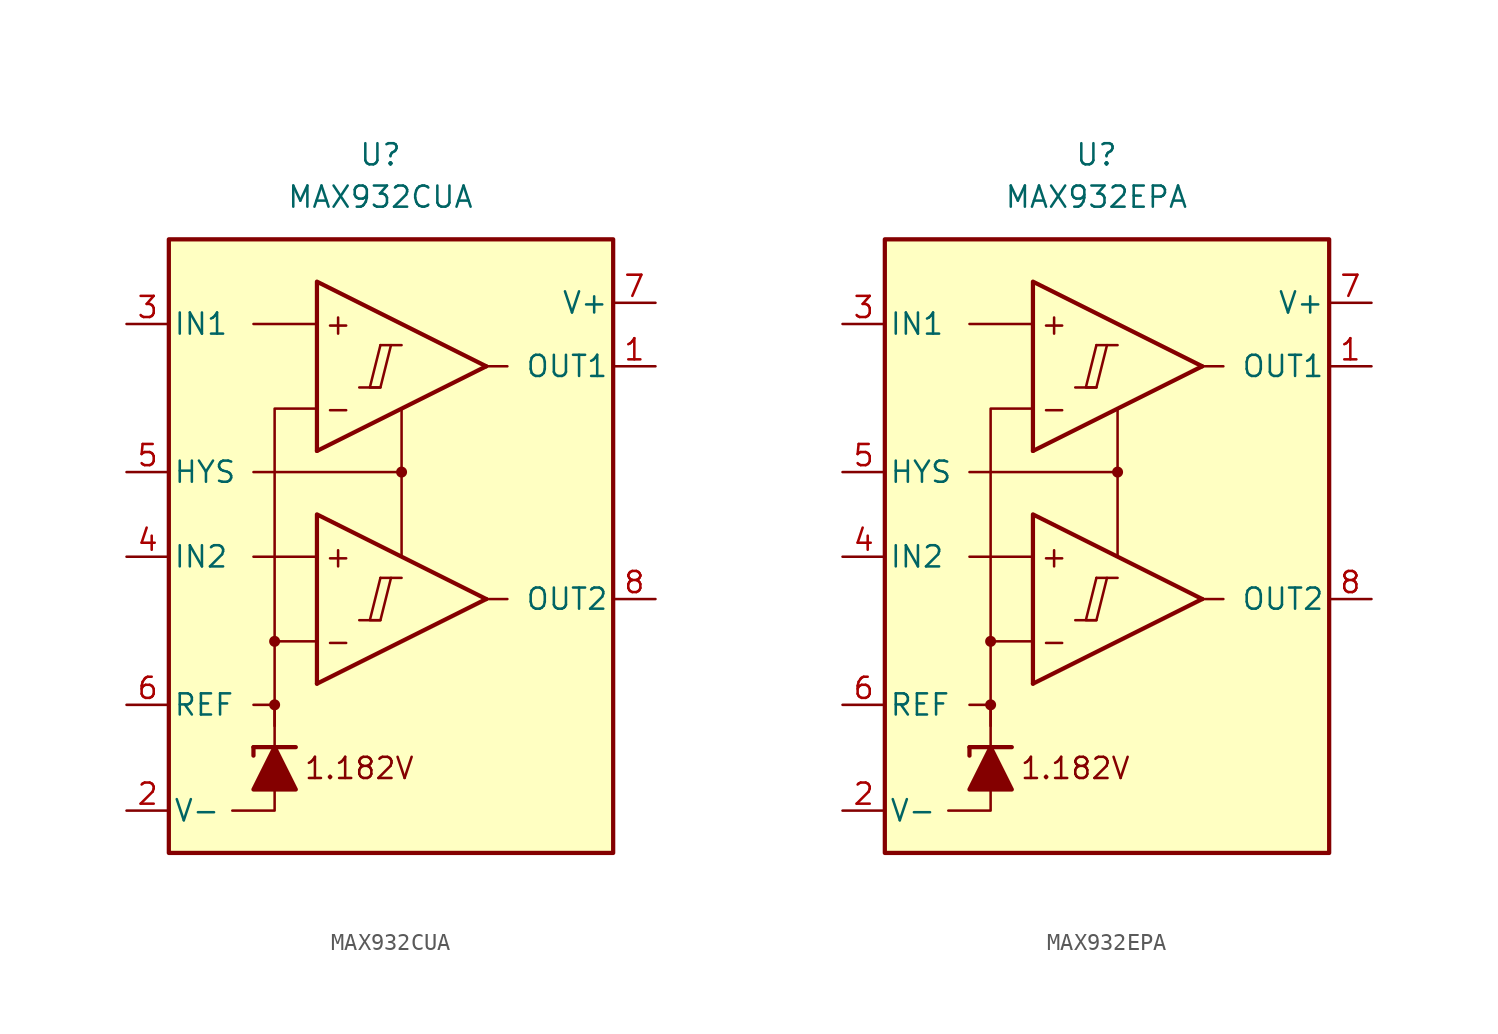
<source format=kicad_sym>
(kicad_symbol_lib
  (version 20211014)
  (generator kicad_symbol_editor)
  (symbol "MAX932CUA"
    (pin_names
      (offset 0.254))
    (property "Reference" "U"
      (at -1.27 22.86 0)
      (effects (font (size 1.27 1.27))))
    (property "Value" "MAX932CUA"
      (at -1.27 20.32 0)
      (effects (font (size 1.27 1.27))))
    (symbol "MAX932CUA_0_0"
      (rectangle (start -13.97 17.78) (end 12.7 -19.05) (stroke (width 0.254) (type default) (color 0 0 0 0)) (fill (type background)))
      (circle (center -7.62 -10.16) (radius 0.254) (stroke (width 0.152) (type default) (color 0 0 0 0)) (fill (type outline)))
      (circle (center -7.62 -6.35) (radius 0.254) (stroke (width 0.152) (type default) (color 0 0 0 0)) (fill (type outline)))
      (polyline (pts (xy -2.54 -5.08) (xy -1.27 -5.08)) (stroke (width 0.152) (type default) (color 0 0 0 0)) (fill (type none)))
      (polyline (pts (xy -2.54 8.89) (xy -1.27 8.89)) (stroke (width 0.152) (type default) (color 0 0 0 0)) (fill (type none)))
      (polyline (pts (xy -1.27 -2.54) (xy 0 -2.54)) (stroke (width 0.152) (type default) (color 0 0 0 0)) (fill (type none)))
      (polyline (pts (xy -1.27 11.43) (xy 0 11.43)) (stroke (width 0.152) (type default) (color 0 0 0 0)) (fill (type none)))
      (polyline (pts (xy 5.08 -3.81) (xy -5.08 -8.89)) (stroke (width 0.254) (type default) (color 0 0 0 0)) (fill (type none)))
      (polyline (pts (xy 5.08 10.16) (xy -5.08 5.08)) (stroke (width 0.254) (type default) (color 0 0 0 0)) (fill (type none)))
      (polyline (pts (xy 5.08 -3.81) (xy -5.08 1.27) (xy -5.08 -8.89)) (stroke (width 0.254) (type default) (color 0 0 0 0)) (fill (type background)))
      (polyline (pts (xy 5.08 10.16) (xy -5.08 15.24) (xy -5.08 5.08)) (stroke (width 0.254) (type default) (color 0 0 0 0)) (fill (type background)))
      (polyline (pts (xy -1.27 -2.54) (xy -1.905 -5.08) (xy -1.27 -5.08) (xy -0.635 -2.54)) (stroke (width 0.152) (type default) (color 0 0 0 0)) (fill (type none)))
      (polyline (pts (xy -1.27 11.43) (xy -1.905 8.89) (xy -1.27 8.89) (xy -0.635 11.43)) (stroke (width 0.152) (type default) (color 0 0 0 0)) (fill (type none)))
      (circle (center 0 3.81) (radius 0.254) (stroke (width 0.152) (type default) (color 0 0 0 0)) (fill (type outline)))
      (text "+" (at -3.81 -1.27 0) (effects (font (size 1.27 1.27))))
      (text "+" (at -3.81 12.7 0) (effects (font (size 1.27 1.27))))
      (text "-" (at -3.81 -6.35 0) (effects (font (size 1.27 1.27))))
      (text "-" (at -3.81 7.62 0) (effects (font (size 1.27 1.27))))
      (text "1.182V" (at -2.54 -13.97 0) (effects (font (size 1.27 1.27)))))
    (symbol "MAX932CUA_0_1"
      (polyline (pts (xy -8.89 -12.7) (xy -8.89 -13.208)) (stroke (width 0.254) (type default) (color 0 0 0 0)) (fill (type none)))
      (polyline (pts (xy -8.89 -12.7) (xy -6.35 -12.7)) (stroke (width 0.254) (type default) (color 0 0 0 0)) (fill (type none)))
      (polyline (pts (xy -5.08 -1.27) (xy -8.89 -1.27)) (stroke (width 0) (type default) (color 0 0 0 0)) (fill (type none)))
      (polyline (pts (xy -5.08 12.7) (xy -8.89 12.7)) (stroke (width 0) (type default) (color 0 0 0 0)) (fill (type none)))
      (polyline (pts (xy 0 3.81) (xy 0 -1.27)) (stroke (width 0) (type default) (color 0 0 0 0)) (fill (type none)))
      (polyline (pts (xy 5.08 -3.81) (xy 6.35 -3.81)) (stroke (width 0) (type default) (color 0 0 0 0)) (fill (type none)))
      (polyline (pts (xy 5.08 10.16) (xy 6.35 10.16)) (stroke (width 0) (type default) (color 0 0 0 0)) (fill (type none)))
      (polyline (pts (xy -7.62 -15.24) (xy -7.62 -16.51) (xy -10.16 -16.51)) (stroke (width 0) (type default) (color 0 0 0 0)) (fill (type none)))
      (polyline (pts (xy -7.62 -12.7) (xy -7.62 -10.16) (xy -8.89 -10.16)) (stroke (width 0) (type default) (color 0 0 0 0)) (fill (type none)))
      (polyline (pts (xy -7.62 -11.43) (xy -7.62 -6.35) (xy -5.08 -6.35)) (stroke (width 0) (type default) (color 0 0 0 0)) (fill (type none)))
      (polyline (pts (xy -7.62 -6.35) (xy -7.62 7.62) (xy -5.08 7.62)) (stroke (width 0) (type default) (color 0 0 0 0)) (fill (type none)))
      (polyline (pts (xy 0 7.62) (xy 0 3.81) (xy -8.89 3.81)) (stroke (width 0) (type default) (color 0 0 0 0)) (fill (type none)))
      (polyline (pts (xy -6.35 -15.24) (xy -8.89 -15.24) (xy -7.62 -12.7) (xy -6.35 -15.24)) (stroke (width 0.254) (type default) (color 0 0 0 0)) (fill (type outline))))
    (symbol "MAX932CUA_1_1"
      (pin output line (at 15.24 10.16 180) (length 2.54) (name "OUT1" (effects (font (size 1.27 1.27)))) (number "1" (effects (font (size 1.27 1.27)))))
      (pin power_in line (at -16.51 -16.51 0) (length 2.54) (name "V-" (effects (font (size 1.27 1.27)))) (number "2" (effects (font (size 1.27 1.27)))))
      (pin input line (at -16.51 12.7 0) (length 2.54) (name "IN1" (effects (font (size 1.27 1.27)))) (number "3" (effects (font (size 1.27 1.27)))))
      (pin input line (at -16.51 -1.27 0) (length 2.54) (name "IN2" (effects (font (size 1.27 1.27)))) (number "4" (effects (font (size 1.27 1.27)))))
      (pin input line (at -16.51 3.81 0) (length 2.54) (name "HYS" (effects (font (size 1.27 1.27)))) (number "5" (effects (font (size 1.27 1.27)))))
      (pin output line (at -16.51 -10.16 0) (length 2.54) (name "REF" (effects (font (size 1.27 1.27)))) (number "6" (effects (font (size 1.27 1.27)))))
      (pin power_in line (at 15.24 13.97 180) (length 2.54) (name "V+" (effects (font (size 1.27 1.27)))) (number "7" (effects (font (size 1.27 1.27)))))
      (pin output line (at 15.24 -3.81 180) (length 2.54) (name "OUT2" (effects (font (size 1.27 1.27)))) (number "8" (effects (font (size 1.27 1.27)))))))
  (symbol "MAX932EPA"
    (pin_names
      (offset 0.254))
    (property "Reference" "U"
      (at -1.27 22.86 0)
      (effects (font (size 1.27 1.27))))
    (property "Value" "MAX932EPA"
      (at -1.27 20.32 0)
      (effects (font (size 1.27 1.27))))
    (symbol "MAX932EPA_0_0"
      (rectangle (start -13.97 17.78) (end 12.7 -19.05) (stroke (width 0.254) (type default) (color 0 0 0 0)) (fill (type background)))
      (circle (center -7.62 -10.16) (radius 0.254) (stroke (width 0.152) (type default) (color 0 0 0 0)) (fill (type outline)))
      (circle (center -7.62 -6.35) (radius 0.254) (stroke (width 0.152) (type default) (color 0 0 0 0)) (fill (type outline)))
      (polyline (pts (xy -2.54 -5.08) (xy -1.27 -5.08)) (stroke (width 0.152) (type default) (color 0 0 0 0)) (fill (type none)))
      (polyline (pts (xy -2.54 8.89) (xy -1.27 8.89)) (stroke (width 0.152) (type default) (color 0 0 0 0)) (fill (type none)))
      (polyline (pts (xy -1.27 -2.54) (xy 0 -2.54)) (stroke (width 0.152) (type default) (color 0 0 0 0)) (fill (type none)))
      (polyline (pts (xy -1.27 11.43) (xy 0 11.43)) (stroke (width 0.152) (type default) (color 0 0 0 0)) (fill (type none)))
      (polyline (pts (xy 5.08 -3.81) (xy -5.08 -8.89)) (stroke (width 0.254) (type default) (color 0 0 0 0)) (fill (type none)))
      (polyline (pts (xy 5.08 10.16) (xy -5.08 5.08)) (stroke (width 0.254) (type default) (color 0 0 0 0)) (fill (type none)))
      (polyline (pts (xy 5.08 -3.81) (xy -5.08 1.27) (xy -5.08 -8.89)) (stroke (width 0.254) (type default) (color 0 0 0 0)) (fill (type background)))
      (polyline (pts (xy 5.08 10.16) (xy -5.08 15.24) (xy -5.08 5.08)) (stroke (width 0.254) (type default) (color 0 0 0 0)) (fill (type background)))
      (polyline (pts (xy -1.27 -2.54) (xy -1.905 -5.08) (xy -1.27 -5.08) (xy -0.635 -2.54)) (stroke (width 0.152) (type default) (color 0 0 0 0)) (fill (type none)))
      (polyline (pts (xy -1.27 11.43) (xy -1.905 8.89) (xy -1.27 8.89) (xy -0.635 11.43)) (stroke (width 0.152) (type default) (color 0 0 0 0)) (fill (type none)))
      (circle (center 0 3.81) (radius 0.254) (stroke (width 0.152) (type default) (color 0 0 0 0)) (fill (type outline)))
      (text "+" (at -3.81 -1.27 0) (effects (font (size 1.27 1.27))))
      (text "+" (at -3.81 12.7 0) (effects (font (size 1.27 1.27))))
      (text "-" (at -3.81 -6.35 0) (effects (font (size 1.27 1.27))))
      (text "-" (at -3.81 7.62 0) (effects (font (size 1.27 1.27))))
      (text "1.182V" (at -2.54 -13.97 0) (effects (font (size 1.27 1.27)))))
    (symbol "MAX932EPA_0_1"
      (polyline (pts (xy -8.89 -12.7) (xy -8.89 -13.208)) (stroke (width 0.254) (type default) (color 0 0 0 0)) (fill (type none)))
      (polyline (pts (xy -8.89 -12.7) (xy -6.35 -12.7)) (stroke (width 0.254) (type default) (color 0 0 0 0)) (fill (type none)))
      (polyline (pts (xy -5.08 -1.27) (xy -8.89 -1.27)) (stroke (width 0) (type default) (color 0 0 0 0)) (fill (type none)))
      (polyline (pts (xy -5.08 12.7) (xy -8.89 12.7)) (stroke (width 0) (type default) (color 0 0 0 0)) (fill (type none)))
      (polyline (pts (xy 0 3.81) (xy 0 -1.27)) (stroke (width 0) (type default) (color 0 0 0 0)) (fill (type none)))
      (polyline (pts (xy 5.08 -3.81) (xy 6.35 -3.81)) (stroke (width 0) (type default) (color 0 0 0 0)) (fill (type none)))
      (polyline (pts (xy 5.08 10.16) (xy 6.35 10.16)) (stroke (width 0) (type default) (color 0 0 0 0)) (fill (type none)))
      (polyline (pts (xy -7.62 -15.24) (xy -7.62 -16.51) (xy -10.16 -16.51)) (stroke (width 0) (type default) (color 0 0 0 0)) (fill (type none)))
      (polyline (pts (xy -7.62 -12.7) (xy -7.62 -10.16) (xy -8.89 -10.16)) (stroke (width 0) (type default) (color 0 0 0 0)) (fill (type none)))
      (polyline (pts (xy -7.62 -11.43) (xy -7.62 -6.35) (xy -5.08 -6.35)) (stroke (width 0) (type default) (color 0 0 0 0)) (fill (type none)))
      (polyline (pts (xy -7.62 -6.35) (xy -7.62 7.62) (xy -5.08 7.62)) (stroke (width 0) (type default) (color 0 0 0 0)) (fill (type none)))
      (polyline (pts (xy 0 7.62) (xy 0 3.81) (xy -8.89 3.81)) (stroke (width 0) (type default) (color 0 0 0 0)) (fill (type none)))
      (polyline (pts (xy -6.35 -15.24) (xy -8.89 -15.24) (xy -7.62 -12.7) (xy -6.35 -15.24)) (stroke (width 0.254) (type default) (color 0 0 0 0)) (fill (type outline))))
    (symbol "MAX932EPA_1_1"
      (pin output line (at 15.24 10.16 180) (length 2.54) (name "OUT1" (effects (font (size 1.27 1.27)))) (number "1" (effects (font (size 1.27 1.27)))))
      (pin power_in line (at -16.51 -16.51 0) (length 2.54) (name "V-" (effects (font (size 1.27 1.27)))) (number "2" (effects (font (size 1.27 1.27)))))
      (pin input line (at -16.51 12.7 0) (length 2.54) (name "IN1" (effects (font (size 1.27 1.27)))) (number "3" (effects (font (size 1.27 1.27)))))
      (pin input line (at -16.51 -1.27 0) (length 2.54) (name "IN2" (effects (font (size 1.27 1.27)))) (number "4" (effects (font (size 1.27 1.27)))))
      (pin input line (at -16.51 3.81 0) (length 2.54) (name "HYS" (effects (font (size 1.27 1.27)))) (number "5" (effects (font (size 1.27 1.27)))))
      (pin output line (at -16.51 -10.16 0) (length 2.54) (name "REF" (effects (font (size 1.27 1.27)))) (number "6" (effects (font (size 1.27 1.27)))))
      (pin power_in line (at 15.24 13.97 180) (length 2.54) (name "V+" (effects (font (size 1.27 1.27)))) (number "7" (effects (font (size 1.27 1.27)))))
      (pin output line (at 15.24 -3.81 180) (length 2.54) (name "OUT2" (effects (font (size 1.27 1.27)))) (number "8" (effects (font (size 1.27 1.27))))))))
</source>
